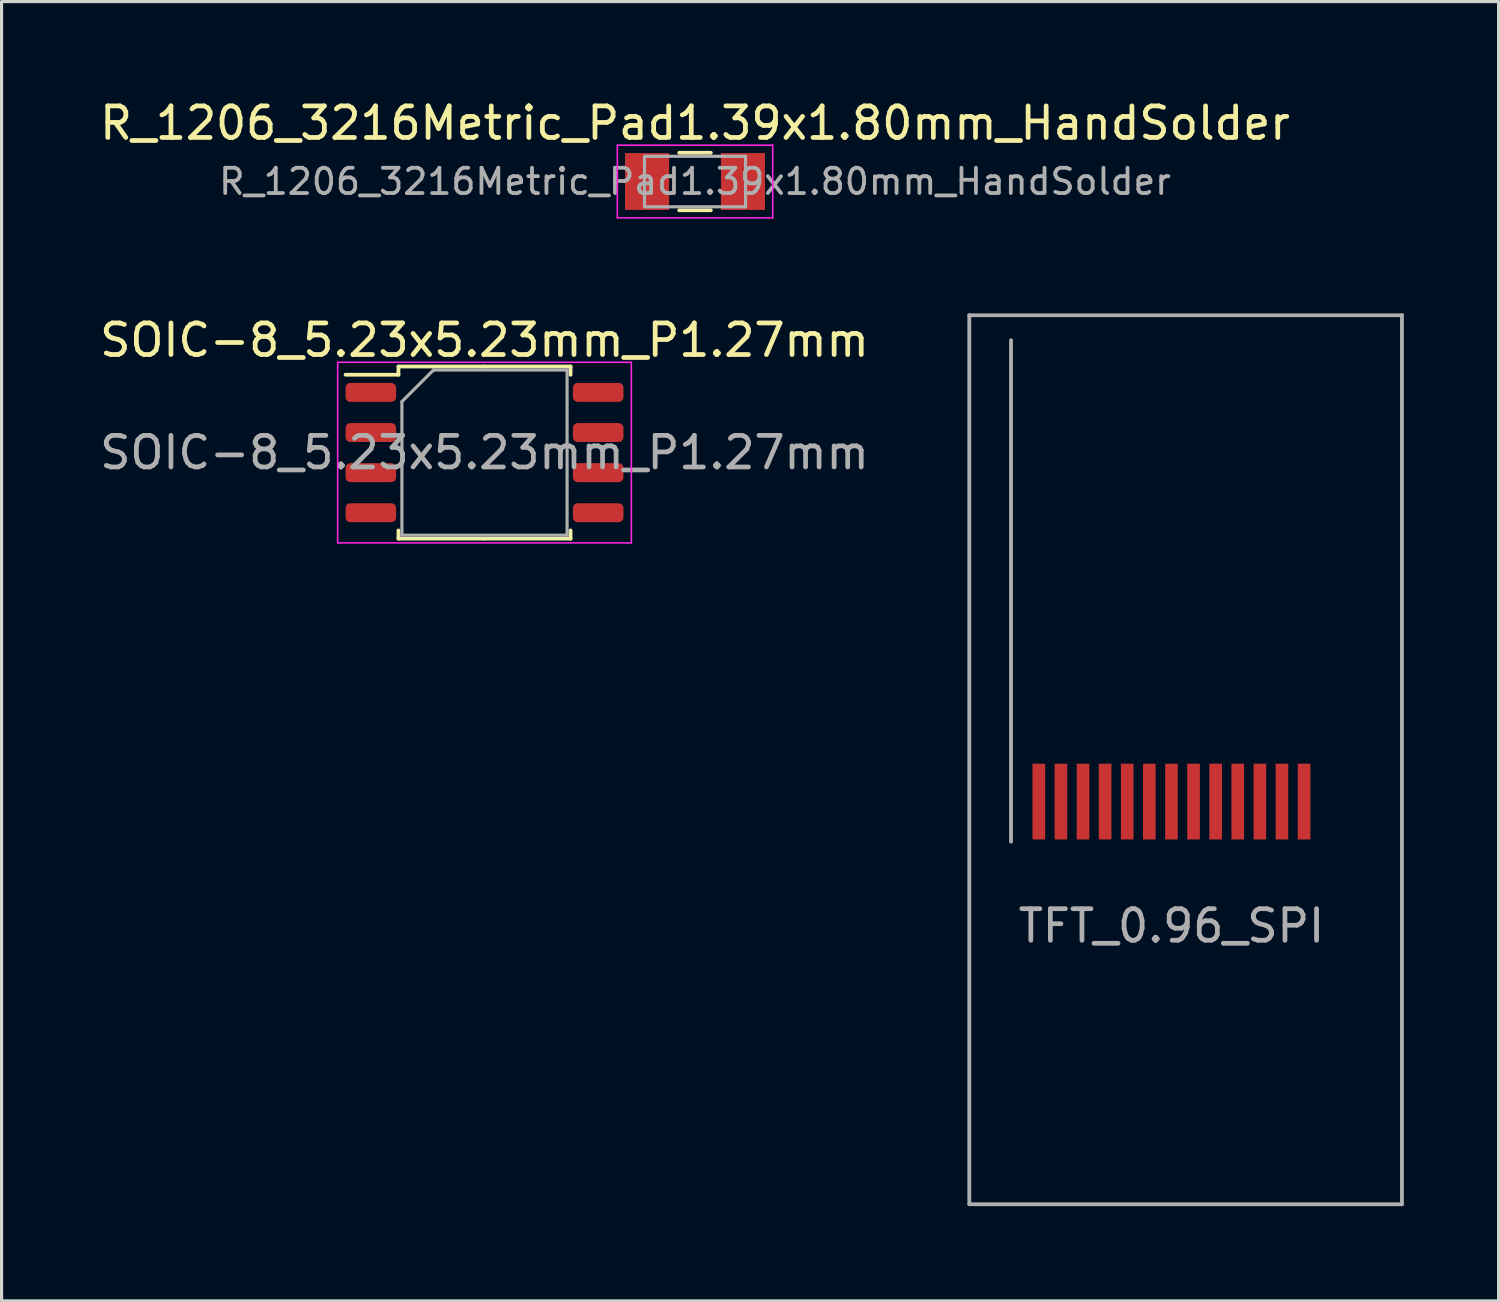
<source format=kicad_pcb>
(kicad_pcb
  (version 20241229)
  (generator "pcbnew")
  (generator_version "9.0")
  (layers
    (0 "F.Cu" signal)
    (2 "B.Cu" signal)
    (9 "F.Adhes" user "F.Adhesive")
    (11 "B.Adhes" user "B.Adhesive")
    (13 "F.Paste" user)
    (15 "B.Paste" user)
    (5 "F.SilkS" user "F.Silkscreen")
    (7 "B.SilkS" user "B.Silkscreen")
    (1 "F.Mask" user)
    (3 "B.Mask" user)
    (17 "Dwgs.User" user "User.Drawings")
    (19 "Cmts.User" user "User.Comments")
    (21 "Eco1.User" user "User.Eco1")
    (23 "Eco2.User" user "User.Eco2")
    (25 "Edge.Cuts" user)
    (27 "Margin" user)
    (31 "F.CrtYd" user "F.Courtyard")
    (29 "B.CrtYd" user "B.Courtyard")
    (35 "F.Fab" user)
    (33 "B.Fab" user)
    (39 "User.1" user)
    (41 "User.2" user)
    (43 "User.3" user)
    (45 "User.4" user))
  (footprint "SOIC-8_5.23x5.23mm_P1.27mm"
    (layer "F.Cu")
    (at 12.292 11.281)
    (property "Reference" "SOIC-8_5.23x5.23mm_P1.27mm" (at 0 -3.56 0) (layer "F.SilkS") (effects (font (size 1 1) (thickness 0.15))))
    (attr smd)
    (fp_line (start -2.725 -2.725) (end -2.725 -2.465) (stroke (width 0.12) (type solid)) (layer "F.SilkS"))
    (fp_line (start -2.725 -2.465) (end -4.4 -2.465) (stroke (width 0.12) (type solid)) (layer "F.SilkS"))
    (fp_line (start -2.725 2.725) (end -2.725 2.465) (stroke (width 0.12) (type solid)) (layer "F.SilkS"))
    (fp_line (start 0 -2.725) (end -2.725 -2.725) (stroke (width 0.12) (type solid)) (layer "F.SilkS"))
    (fp_line (start 0 -2.725) (end 2.725 -2.725) (stroke (width 0.12) (type solid)) (layer "F.SilkS"))
    (fp_line (start 0 2.725) (end -2.725 2.725) (stroke (width 0.12) (type solid)) (layer "F.SilkS"))
    (fp_line (start 0 2.725) (end 2.725 2.725) (stroke (width 0.12) (type solid)) (layer "F.SilkS"))
    (fp_line (start 2.725 -2.725) (end 2.725 -2.465) (stroke (width 0.12) (type solid)) (layer "F.SilkS"))
    (fp_line (start 2.725 2.725) (end 2.725 2.465) (stroke (width 0.12) (type solid)) (layer "F.SilkS"))
    (fp_line (start -4.65 -2.86) (end -4.65 2.86) (stroke (width 0.05) (type solid)) (layer "F.CrtYd"))
    (fp_line (start -4.65 2.86) (end 4.65 2.86) (stroke (width 0.05) (type solid)) (layer "F.CrtYd"))
    (fp_line (start 4.65 -2.86) (end -4.65 -2.86) (stroke (width 0.05) (type solid)) (layer "F.CrtYd"))
    (fp_line (start 4.65 2.86) (end 4.65 -2.86) (stroke (width 0.05) (type solid)) (layer "F.CrtYd"))
    (fp_line (start -2.615 -1.615) (end -1.615 -2.615) (stroke (width 0.1) (type solid)) (layer "F.Fab"))
    (fp_line (start -2.615 2.615) (end -2.615 -1.615) (stroke (width 0.1) (type solid)) (layer "F.Fab"))
    (fp_line (start -1.615 -2.615) (end 2.615 -2.615) (stroke (width 0.1) (type solid)) (layer "F.Fab"))
    (fp_line (start 2.615 -2.615) (end 2.615 2.615) (stroke (width 0.1) (type solid)) (layer "F.Fab"))
    (fp_line (start 2.615 2.615) (end -2.615 2.615) (stroke (width 0.1) (type solid)) (layer "F.Fab"))
    (fp_text user "${REFERENCE}" (at 0 0 0) (layer "F.Fab") (effects (font (size 1 1) (thickness 0.15))))
    (pad "1" smd roundrect (at -3.6 -1.905) (size 1.6 0.6) (layers "F.Cu" "F.Mask" "F.Paste") (roundrect_rratio 0.25))
    (pad "2" smd roundrect (at -3.6 -0.635) (size 1.6 0.6) (layers "F.Cu" "F.Mask" "F.Paste") (roundrect_rratio 0.25))
    (pad "3" smd roundrect (at -3.6 0.635) (size 1.6 0.6) (layers "F.Cu" "F.Mask" "F.Paste") (roundrect_rratio 0.25))
    (pad "4" smd roundrect (at -3.6 1.905) (size 1.6 0.6) (layers "F.Cu" "F.Mask" "F.Paste") (roundrect_rratio 0.25))
    (pad "5" smd roundrect (at 3.6 1.905) (size 1.6 0.6) (layers "F.Cu" "F.Mask" "F.Paste") (roundrect_rratio 0.25))
    (pad "6" smd roundrect (at 3.6 0.635) (size 1.6 0.6) (layers "F.Cu" "F.Mask" "F.Paste") (roundrect_rratio 0.25))
    (pad "7" smd roundrect (at 3.6 -0.635) (size 1.6 0.6) (layers "F.Cu" "F.Mask" "F.Paste") (roundrect_rratio 0.25))
    (pad "8" smd roundrect (at 3.6 -1.905) (size 1.6 0.6) (layers "F.Cu" "F.Mask" "F.Paste") (roundrect_rratio 0.25)))
  (footprint "TFT_0.96_SPI"
    (layer "F.Cu")
    (at 34.044 22.332)
    (property "Reference" "TFT_0.96_SPI" (at 0 3.937 0) (layer "F.Fab") (effects (font (size 1 1) (thickness 0.15))))
    (attr through_hole)
    (fp_line (start -6.401 -15.399) (end 7.299 -15.399) (stroke (width 0.12) (type solid)) (layer "F.Fab"))
    (fp_line (start -6.401 12.751) (end -6.401 -15.399) (stroke (width 0.12) (type solid)) (layer "F.Fab"))
    (fp_line (start -6.401 12.751) (end 7.299 12.751) (stroke (width 0.12) (type solid)) (layer "F.Fab"))
    (fp_line (start -5.08 1.27) (end -5.08 -14.61) (stroke (width 0.12) (type solid)) (layer "F.Fab"))
    (fp_line (start 7.299 12.751) (end 7.299 -15.399) (stroke (width 0.12) (type solid)) (layer "F.Fab"))
    (pad "1" smd rect (at -4.2 0) (size 0.4 2.4) (layers "F.Cu" "F.Mask" "F.Paste"))
    (pad "2" smd rect (at -3.5 0) (size 0.4 2.4) (layers "F.Cu" "F.Mask" "F.Paste"))
    (pad "3" smd rect (at -2.8 0) (size 0.4 2.4) (layers "F.Cu" "F.Mask" "F.Paste"))
    (pad "4" smd rect (at -2.1 0) (size 0.4 2.4) (layers "F.Cu" "F.Mask" "F.Paste"))
    (pad "5" smd rect (at -1.4 0) (size 0.4 2.4) (layers "F.Cu" "F.Mask" "F.Paste"))
    (pad "6" smd rect (at -0.7 0) (size 0.4 2.4) (layers "F.Cu" "F.Mask" "F.Paste"))
    (pad "7" smd rect (at 0 0) (size 0.4 2.4) (layers "F.Cu" "F.Mask" "F.Paste"))
    (pad "8" smd rect (at 0.7 0) (size 0.4 2.4) (layers "F.Cu" "F.Mask" "F.Paste"))
    (pad "9" smd rect (at 1.4 0) (size 0.4 2.4) (layers "F.Cu" "F.Mask" "F.Paste"))
    (pad "10" smd rect (at 2.1 0) (size 0.4 2.4) (layers "F.Cu" "F.Mask" "F.Paste"))
    (pad "11" smd rect (at 2.8 0) (size 0.4 2.4) (layers "F.Cu" "F.Mask" "F.Paste"))
    (pad "12" smd rect (at 3.5 0) (size 0.4 2.4) (layers "F.Cu" "F.Mask" "F.Paste"))
    (pad "13" smd rect (at 4.2 0) (size 0.4 2.4) (layers "F.Cu" "F.Mask" "F.Paste")))
  (footprint "R_1206_3216Metric_Pad1.39x1.80mm_HandSolder"
    (layer "F.Cu")
    (at 18.958 2.698)
    (property "Reference" "R_1206_3216Metric_Pad1.39x1.80mm_HandSolder" (at 0 -1.85 0) (layer "F.SilkS") (effects (font (size 1 1) (thickness 0.15))))
    (attr smd)
    (fp_line (start -0.5 -0.91) (end 0.5 -0.91) (stroke (width 0.12) (type solid)) (layer "F.SilkS"))
    (fp_line (start -0.5 0.91) (end 0.5 0.91) (stroke (width 0.12) (type solid)) (layer "F.SilkS"))
    (fp_line (start -2.46 -1.15) (end 2.46 -1.15) (stroke (width 0.05) (type solid)) (layer "F.CrtYd"))
    (fp_line (start -2.46 1.15) (end -2.46 -1.15) (stroke (width 0.05) (type solid)) (layer "F.CrtYd"))
    (fp_line (start 2.46 -1.15) (end 2.46 1.15) (stroke (width 0.05) (type solid)) (layer "F.CrtYd"))
    (fp_line (start 2.46 1.15) (end -2.46 1.15) (stroke (width 0.05) (type solid)) (layer "F.CrtYd"))
    (fp_line (start -1.6 -0.8) (end 1.6 -0.8) (stroke (width 0.1) (type solid)) (layer "F.Fab"))
    (fp_line (start -1.6 0.8) (end -1.6 -0.8) (stroke (width 0.1) (type solid)) (layer "F.Fab"))
    (fp_line (start 1.6 -0.8) (end 1.6 0.8) (stroke (width 0.1) (type solid)) (layer "F.Fab"))
    (fp_line (start 1.6 0.8) (end -1.6 0.8) (stroke (width 0.1) (type solid)) (layer "F.Fab"))
    (fp_text user "${REFERENCE}" (at 0 0 0) (layer "F.Fab") (effects (font (size 0.8 0.8) (thickness 0.12))))
    (pad "1" smd rect (at -1.518 0) (size 1.395 1.8) (layers "F.Cu" "F.Mask" "F.Paste"))
    (pad "2" smd rect (at 1.518 0) (size 1.395 1.8) (layers "F.Cu" "F.Mask" "F.Paste")))
  (gr_rect
    (start -3 -3)
    (end 44.403 38.143)
    (stroke (width 0.1) (type default))
    (fill no)
    (layer "Edge.Cuts")))
</source>
